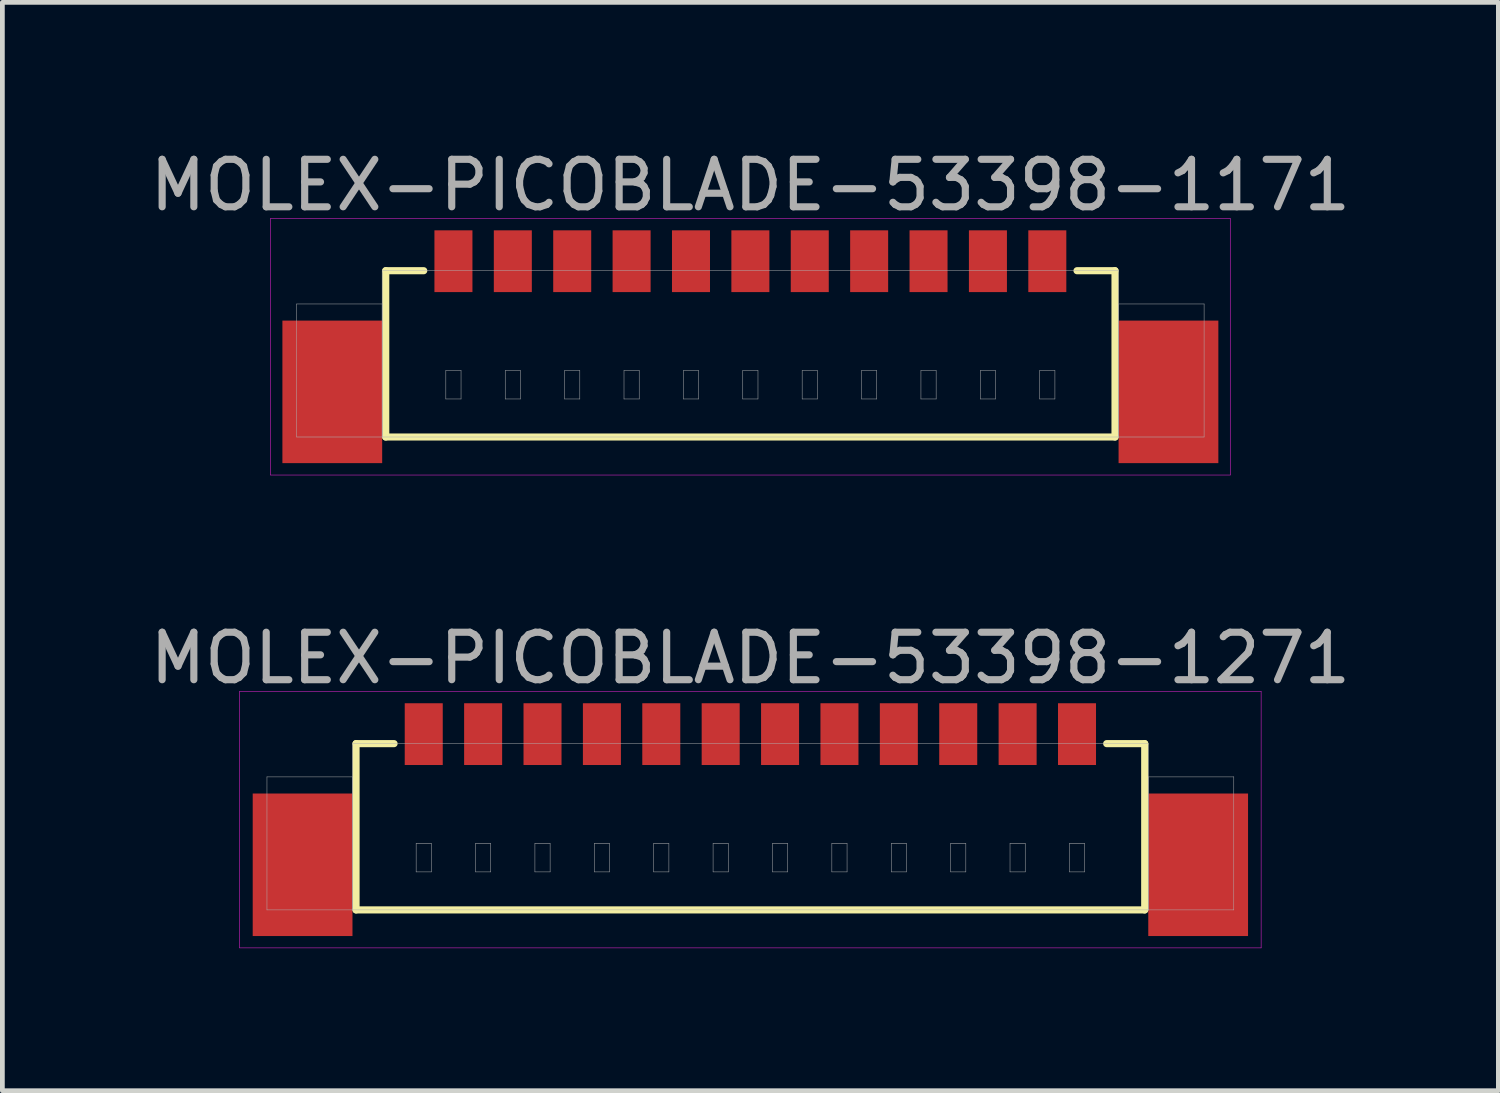
<source format=kicad_pcb>
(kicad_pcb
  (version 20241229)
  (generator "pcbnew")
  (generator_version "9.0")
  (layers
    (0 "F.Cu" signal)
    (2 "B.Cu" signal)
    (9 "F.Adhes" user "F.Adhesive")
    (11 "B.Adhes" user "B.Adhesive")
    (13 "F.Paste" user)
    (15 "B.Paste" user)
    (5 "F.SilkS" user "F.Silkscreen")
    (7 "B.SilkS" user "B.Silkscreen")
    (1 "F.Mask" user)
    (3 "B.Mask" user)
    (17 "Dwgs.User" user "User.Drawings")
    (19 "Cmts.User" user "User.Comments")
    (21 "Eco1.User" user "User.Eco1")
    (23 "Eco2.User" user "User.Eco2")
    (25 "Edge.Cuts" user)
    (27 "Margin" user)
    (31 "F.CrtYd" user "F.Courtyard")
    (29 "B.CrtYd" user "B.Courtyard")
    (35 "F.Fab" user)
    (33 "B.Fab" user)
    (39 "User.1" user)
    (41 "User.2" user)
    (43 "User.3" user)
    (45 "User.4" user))
  (footprint "MOLEX-PICOBLADE-53398-1171"
    (layer "F.Cu")
    (at 12.744 2.448)
    (property "Reference" "MOLEX-PICOBLADE-53398-1171" (at 0 -1.6 0) (layer "F.Fab") (effects (font (size 1 1) (thickness 0.15))))
    (attr smd)
    (fp_line (start -7.675 0.2) (end -7.675 3.7) (stroke (width 0.15) (type solid)) (layer "F.SilkS"))
    (fp_line (start -7.675 3.7) (end 7.675 3.7) (stroke (width 0.15) (type solid)) (layer "F.SilkS"))
    (fp_line (start -6.875 0.2) (end -7.675 0.2) (stroke (width 0.15) (type solid)) (layer "F.SilkS"))
    (fp_line (start 6.875 0.2) (end 7.675 0.2) (stroke (width 0.15) (type solid)) (layer "F.SilkS"))
    (fp_line (start 7.675 3.7) (end 7.675 0.2) (stroke (width 0.15) (type solid)) (layer "F.SilkS"))
    (fp_line (start -10.1 -0.9) (end 10.1 -0.9) (stroke (width 0.01) (type solid)) (layer "F.CrtYd"))
    (fp_line (start -10.1 4.5) (end -10.1 -0.9) (stroke (width 0.01) (type solid)) (layer "F.CrtYd"))
    (fp_line (start 10.1 -0.9) (end 10.1 4.5) (stroke (width 0.01) (type solid)) (layer "F.CrtYd"))
    (fp_line (start 10.1 4.5) (end -10.1 4.5) (stroke (width 0.01) (type solid)) (layer "F.CrtYd"))
    (fp_line (start -9.55 0.9) (end -7.75 0.9) (stroke (width 0.01) (type solid)) (layer "F.Fab"))
    (fp_line (start -9.55 3.7) (end -9.55 0.9) (stroke (width 0.01) (type solid)) (layer "F.Fab"))
    (fp_line (start -7.75 0.2) (end 7.75 0.2) (stroke (width 0.01) (type solid)) (layer "F.Fab"))
    (fp_line (start -7.75 0.9) (end -7.75 3.7) (stroke (width 0.01) (type solid)) (layer "F.Fab"))
    (fp_line (start -7.75 3.7) (end -9.55 3.7) (stroke (width 0.01) (type solid)) (layer "F.Fab"))
    (fp_line (start -7.75 3.7) (end -7.75 0.2) (stroke (width 0.01) (type solid)) (layer "F.Fab"))
    (fp_line (start -6.41 2.3) (end -6.09 2.3) (stroke (width 0.01) (type solid)) (layer "F.Fab"))
    (fp_line (start -6.41 2.9) (end -6.41 2.3) (stroke (width 0.01) (type solid)) (layer "F.Fab"))
    (fp_line (start -6.09 2.3) (end -6.09 2.9) (stroke (width 0.01) (type solid)) (layer "F.Fab"))
    (fp_line (start -6.09 2.9) (end -6.41 2.9) (stroke (width 0.01) (type solid)) (layer "F.Fab"))
    (fp_line (start -5.16 2.3) (end -4.84 2.3) (stroke (width 0.01) (type solid)) (layer "F.Fab"))
    (fp_line (start -5.16 2.9) (end -5.16 2.3) (stroke (width 0.01) (type solid)) (layer "F.Fab"))
    (fp_line (start -4.84 2.3) (end -4.84 2.9) (stroke (width 0.01) (type solid)) (layer "F.Fab"))
    (fp_line (start -4.84 2.9) (end -5.16 2.9) (stroke (width 0.01) (type solid)) (layer "F.Fab"))
    (fp_line (start -3.91 2.3) (end -3.59 2.3) (stroke (width 0.01) (type solid)) (layer "F.Fab"))
    (fp_line (start -3.91 2.9) (end -3.91 2.3) (stroke (width 0.01) (type solid)) (layer "F.Fab"))
    (fp_line (start -3.59 2.3) (end -3.59 2.9) (stroke (width 0.01) (type solid)) (layer "F.Fab"))
    (fp_line (start -3.59 2.9) (end -3.91 2.9) (stroke (width 0.01) (type solid)) (layer "F.Fab"))
    (fp_line (start -2.66 2.3) (end -2.34 2.3) (stroke (width 0.01) (type solid)) (layer "F.Fab"))
    (fp_line (start -2.66 2.9) (end -2.66 2.3) (stroke (width 0.01) (type solid)) (layer "F.Fab"))
    (fp_line (start -2.34 2.3) (end -2.34 2.9) (stroke (width 0.01) (type solid)) (layer "F.Fab"))
    (fp_line (start -2.34 2.9) (end -2.66 2.9) (stroke (width 0.01) (type solid)) (layer "F.Fab"))
    (fp_line (start -1.41 2.3) (end -1.09 2.3) (stroke (width 0.01) (type solid)) (layer "F.Fab"))
    (fp_line (start -1.41 2.9) (end -1.41 2.3) (stroke (width 0.01) (type solid)) (layer "F.Fab"))
    (fp_line (start -1.09 2.3) (end -1.09 2.9) (stroke (width 0.01) (type solid)) (layer "F.Fab"))
    (fp_line (start -1.09 2.9) (end -1.41 2.9) (stroke (width 0.01) (type solid)) (layer "F.Fab"))
    (fp_line (start -0.16 2.3) (end 0.16 2.3) (stroke (width 0.01) (type solid)) (layer "F.Fab"))
    (fp_line (start -0.16 2.9) (end -0.16 2.3) (stroke (width 0.01) (type solid)) (layer "F.Fab"))
    (fp_line (start 0.16 2.3) (end 0.16 2.9) (stroke (width 0.01) (type solid)) (layer "F.Fab"))
    (fp_line (start 0.16 2.9) (end -0.16 2.9) (stroke (width 0.01) (type solid)) (layer "F.Fab"))
    (fp_line (start 1.09 2.3) (end 1.41 2.3) (stroke (width 0.01) (type solid)) (layer "F.Fab"))
    (fp_line (start 1.09 2.9) (end 1.09 2.3) (stroke (width 0.01) (type solid)) (layer "F.Fab"))
    (fp_line (start 1.41 2.3) (end 1.41 2.9) (stroke (width 0.01) (type solid)) (layer "F.Fab"))
    (fp_line (start 1.41 2.9) (end 1.09 2.9) (stroke (width 0.01) (type solid)) (layer "F.Fab"))
    (fp_line (start 2.34 2.3) (end 2.66 2.3) (stroke (width 0.01) (type solid)) (layer "F.Fab"))
    (fp_line (start 2.34 2.9) (end 2.34 2.3) (stroke (width 0.01) (type solid)) (layer "F.Fab"))
    (fp_line (start 2.66 2.3) (end 2.66 2.9) (stroke (width 0.01) (type solid)) (layer "F.Fab"))
    (fp_line (start 2.66 2.9) (end 2.34 2.9) (stroke (width 0.01) (type solid)) (layer "F.Fab"))
    (fp_line (start 3.59 2.3) (end 3.91 2.3) (stroke (width 0.01) (type solid)) (layer "F.Fab"))
    (fp_line (start 3.59 2.9) (end 3.59 2.3) (stroke (width 0.01) (type solid)) (layer "F.Fab"))
    (fp_line (start 3.91 2.3) (end 3.91 2.9) (stroke (width 0.01) (type solid)) (layer "F.Fab"))
    (fp_line (start 3.91 2.9) (end 3.59 2.9) (stroke (width 0.01) (type solid)) (layer "F.Fab"))
    (fp_line (start 4.84 2.3) (end 5.16 2.3) (stroke (width 0.01) (type solid)) (layer "F.Fab"))
    (fp_line (start 4.84 2.9) (end 4.84 2.3) (stroke (width 0.01) (type solid)) (layer "F.Fab"))
    (fp_line (start 5.16 2.3) (end 5.16 2.9) (stroke (width 0.01) (type solid)) (layer "F.Fab"))
    (fp_line (start 5.16 2.9) (end 4.84 2.9) (stroke (width 0.01) (type solid)) (layer "F.Fab"))
    (fp_line (start 6.09 2.3) (end 6.41 2.3) (stroke (width 0.01) (type solid)) (layer "F.Fab"))
    (fp_line (start 6.09 2.9) (end 6.09 2.3) (stroke (width 0.01) (type solid)) (layer "F.Fab"))
    (fp_line (start 6.41 2.3) (end 6.41 2.9) (stroke (width 0.01) (type solid)) (layer "F.Fab"))
    (fp_line (start 6.41 2.9) (end 6.09 2.9) (stroke (width 0.01) (type solid)) (layer "F.Fab"))
    (fp_line (start 7.75 0.2) (end 7.75 3.7) (stroke (width 0.01) (type solid)) (layer "F.Fab"))
    (fp_line (start 7.75 0.9) (end 9.55 0.9) (stroke (width 0.01) (type solid)) (layer "F.Fab"))
    (fp_line (start 7.75 3.7) (end -7.75 3.7) (stroke (width 0.01) (type solid)) (layer "F.Fab"))
    (fp_line (start 7.75 3.7) (end 7.75 0.9) (stroke (width 0.01) (type solid)) (layer "F.Fab"))
    (fp_line (start 9.55 0.9) (end 9.55 3.7) (stroke (width 0.01) (type solid)) (layer "F.Fab"))
    (fp_line (start 9.55 3.7) (end 7.75 3.7) (stroke (width 0.01) (type solid)) (layer "F.Fab"))
    (pad "" smd rect (at -8.8 2.75) (size 2.1 3) (layers "F.Cu" "F.Mask" "F.Paste"))
    (pad "" smd rect (at 8.8 2.75) (size 2.1 3) (layers "F.Cu" "F.Mask" "F.Paste"))
    (pad "1" smd rect (at -6.25 0) (size 0.8 1.3) (layers "F.Cu" "F.Mask" "F.Paste"))
    (pad "2" smd rect (at -5 0) (size 0.8 1.3) (layers "F.Cu" "F.Mask" "F.Paste"))
    (pad "3" smd rect (at -3.75 0) (size 0.8 1.3) (layers "F.Cu" "F.Mask" "F.Paste"))
    (pad "4" smd rect (at -2.5 0) (size 0.8 1.3) (layers "F.Cu" "F.Mask" "F.Paste"))
    (pad "5" smd rect (at -1.25 0) (size 0.8 1.3) (layers "F.Cu" "F.Mask" "F.Paste"))
    (pad "6" smd rect (at 0 0) (size 0.8 1.3) (layers "F.Cu" "F.Mask" "F.Paste"))
    (pad "7" smd rect (at 1.25 0) (size 0.8 1.3) (layers "F.Cu" "F.Mask" "F.Paste"))
    (pad "8" smd rect (at 2.5 0) (size 0.8 1.3) (layers "F.Cu" "F.Mask" "F.Paste"))
    (pad "9" smd rect (at 3.75 0) (size 0.8 1.3) (layers "F.Cu" "F.Mask" "F.Paste"))
    (pad "10" smd rect (at 5 0) (size 0.8 1.3) (layers "F.Cu" "F.Mask" "F.Paste"))
    (pad "11" smd rect (at 6.25 0) (size 0.8 1.3) (layers "F.Cu" "F.Mask" "F.Paste")))
  (footprint "MOLEX-PICOBLADE-53398-1271"
    (layer "F.Cu")
    (at 12.744 12.402)
    (property "Reference" "MOLEX-PICOBLADE-53398-1271" (at 0 -1.6 0) (layer "F.Fab") (effects (font (size 1 1) (thickness 0.15))))
    (attr smd)
    (fp_line (start -8.3 0.2) (end -8.3 3.7) (stroke (width 0.15) (type solid)) (layer "F.SilkS"))
    (fp_line (start -8.3 3.7) (end 8.3 3.7) (stroke (width 0.15) (type solid)) (layer "F.SilkS"))
    (fp_line (start -7.5 0.2) (end -8.3 0.2) (stroke (width 0.15) (type solid)) (layer "F.SilkS"))
    (fp_line (start 7.5 0.2) (end 8.3 0.2) (stroke (width 0.15) (type solid)) (layer "F.SilkS"))
    (fp_line (start 8.3 3.7) (end 8.3 0.2) (stroke (width 0.15) (type solid)) (layer "F.SilkS"))
    (fp_line (start -10.75 -0.9) (end 10.75 -0.9) (stroke (width 0.01) (type solid)) (layer "F.CrtYd"))
    (fp_line (start -10.75 4.5) (end -10.75 -0.9) (stroke (width 0.01) (type solid)) (layer "F.CrtYd"))
    (fp_line (start 10.75 -0.9) (end 10.75 4.5) (stroke (width 0.01) (type solid)) (layer "F.CrtYd"))
    (fp_line (start 10.75 4.5) (end -10.75 4.5) (stroke (width 0.01) (type solid)) (layer "F.CrtYd"))
    (fp_line (start -10.175 0.9) (end -8.375 0.9) (stroke (width 0.01) (type solid)) (layer "F.Fab"))
    (fp_line (start -10.175 3.7) (end -10.175 0.9) (stroke (width 0.01) (type solid)) (layer "F.Fab"))
    (fp_line (start -8.375 0.2) (end 8.375 0.2) (stroke (width 0.01) (type solid)) (layer "F.Fab"))
    (fp_line (start -8.375 0.9) (end -8.375 3.7) (stroke (width 0.01) (type solid)) (layer "F.Fab"))
    (fp_line (start -8.375 3.7) (end -10.175 3.7) (stroke (width 0.01) (type solid)) (layer "F.Fab"))
    (fp_line (start -8.375 3.7) (end -8.375 0.2) (stroke (width 0.01) (type solid)) (layer "F.Fab"))
    (fp_line (start -7.035 2.3) (end -6.715 2.3) (stroke (width 0.01) (type solid)) (layer "F.Fab"))
    (fp_line (start -7.035 2.9) (end -7.035 2.3) (stroke (width 0.01) (type solid)) (layer "F.Fab"))
    (fp_line (start -6.715 2.3) (end -6.715 2.9) (stroke (width 0.01) (type solid)) (layer "F.Fab"))
    (fp_line (start -6.715 2.9) (end -7.035 2.9) (stroke (width 0.01) (type solid)) (layer "F.Fab"))
    (fp_line (start -5.785 2.3) (end -5.465 2.3) (stroke (width 0.01) (type solid)) (layer "F.Fab"))
    (fp_line (start -5.785 2.9) (end -5.785 2.3) (stroke (width 0.01) (type solid)) (layer "F.Fab"))
    (fp_line (start -5.465 2.3) (end -5.465 2.9) (stroke (width 0.01) (type solid)) (layer "F.Fab"))
    (fp_line (start -5.465 2.9) (end -5.785 2.9) (stroke (width 0.01) (type solid)) (layer "F.Fab"))
    (fp_line (start -4.535 2.3) (end -4.215 2.3) (stroke (width 0.01) (type solid)) (layer "F.Fab"))
    (fp_line (start -4.535 2.9) (end -4.535 2.3) (stroke (width 0.01) (type solid)) (layer "F.Fab"))
    (fp_line (start -4.215 2.3) (end -4.215 2.9) (stroke (width 0.01) (type solid)) (layer "F.Fab"))
    (fp_line (start -4.215 2.9) (end -4.535 2.9) (stroke (width 0.01) (type solid)) (layer "F.Fab"))
    (fp_line (start -3.285 2.3) (end -2.965 2.3) (stroke (width 0.01) (type solid)) (layer "F.Fab"))
    (fp_line (start -3.285 2.9) (end -3.285 2.3) (stroke (width 0.01) (type solid)) (layer "F.Fab"))
    (fp_line (start -2.965 2.3) (end -2.965 2.9) (stroke (width 0.01) (type solid)) (layer "F.Fab"))
    (fp_line (start -2.965 2.9) (end -3.285 2.9) (stroke (width 0.01) (type solid)) (layer "F.Fab"))
    (fp_line (start -2.035 2.3) (end -1.715 2.3) (stroke (width 0.01) (type solid)) (layer "F.Fab"))
    (fp_line (start -2.035 2.9) (end -2.035 2.3) (stroke (width 0.01) (type solid)) (layer "F.Fab"))
    (fp_line (start -1.715 2.3) (end -1.715 2.9) (stroke (width 0.01) (type solid)) (layer "F.Fab"))
    (fp_line (start -1.715 2.9) (end -2.035 2.9) (stroke (width 0.01) (type solid)) (layer "F.Fab"))
    (fp_line (start -0.785 2.3) (end -0.465 2.3) (stroke (width 0.01) (type solid)) (layer "F.Fab"))
    (fp_line (start -0.785 2.9) (end -0.785 2.3) (stroke (width 0.01) (type solid)) (layer "F.Fab"))
    (fp_line (start -0.465 2.3) (end -0.465 2.9) (stroke (width 0.01) (type solid)) (layer "F.Fab"))
    (fp_line (start -0.465 2.9) (end -0.785 2.9) (stroke (width 0.01) (type solid)) (layer "F.Fab"))
    (fp_line (start 0.465 2.3) (end 0.785 2.3) (stroke (width 0.01) (type solid)) (layer "F.Fab"))
    (fp_line (start 0.465 2.9) (end 0.465 2.3) (stroke (width 0.01) (type solid)) (layer "F.Fab"))
    (fp_line (start 0.785 2.3) (end 0.785 2.9) (stroke (width 0.01) (type solid)) (layer "F.Fab"))
    (fp_line (start 0.785 2.9) (end 0.465 2.9) (stroke (width 0.01) (type solid)) (layer "F.Fab"))
    (fp_line (start 1.715 2.3) (end 2.035 2.3) (stroke (width 0.01) (type solid)) (layer "F.Fab"))
    (fp_line (start 1.715 2.9) (end 1.715 2.3) (stroke (width 0.01) (type solid)) (layer "F.Fab"))
    (fp_line (start 2.035 2.3) (end 2.035 2.9) (stroke (width 0.01) (type solid)) (layer "F.Fab"))
    (fp_line (start 2.035 2.9) (end 1.715 2.9) (stroke (width 0.01) (type solid)) (layer "F.Fab"))
    (fp_line (start 2.965 2.3) (end 3.285 2.3) (stroke (width 0.01) (type solid)) (layer "F.Fab"))
    (fp_line (start 2.965 2.9) (end 2.965 2.3) (stroke (width 0.01) (type solid)) (layer "F.Fab"))
    (fp_line (start 3.285 2.3) (end 3.285 2.9) (stroke (width 0.01) (type solid)) (layer "F.Fab"))
    (fp_line (start 3.285 2.9) (end 2.965 2.9) (stroke (width 0.01) (type solid)) (layer "F.Fab"))
    (fp_line (start 4.215 2.3) (end 4.535 2.3) (stroke (width 0.01) (type solid)) (layer "F.Fab"))
    (fp_line (start 4.215 2.9) (end 4.215 2.3) (stroke (width 0.01) (type solid)) (layer "F.Fab"))
    (fp_line (start 4.535 2.3) (end 4.535 2.9) (stroke (width 0.01) (type solid)) (layer "F.Fab"))
    (fp_line (start 4.535 2.9) (end 4.215 2.9) (stroke (width 0.01) (type solid)) (layer "F.Fab"))
    (fp_line (start 5.465 2.3) (end 5.785 2.3) (stroke (width 0.01) (type solid)) (layer "F.Fab"))
    (fp_line (start 5.465 2.9) (end 5.465 2.3) (stroke (width 0.01) (type solid)) (layer "F.Fab"))
    (fp_line (start 5.785 2.3) (end 5.785 2.9) (stroke (width 0.01) (type solid)) (layer "F.Fab"))
    (fp_line (start 5.785 2.9) (end 5.465 2.9) (stroke (width 0.01) (type solid)) (layer "F.Fab"))
    (fp_line (start 6.715 2.3) (end 7.035 2.3) (stroke (width 0.01) (type solid)) (layer "F.Fab"))
    (fp_line (start 6.715 2.9) (end 6.715 2.3) (stroke (width 0.01) (type solid)) (layer "F.Fab"))
    (fp_line (start 7.035 2.3) (end 7.035 2.9) (stroke (width 0.01) (type solid)) (layer "F.Fab"))
    (fp_line (start 7.035 2.9) (end 6.715 2.9) (stroke (width 0.01) (type solid)) (layer "F.Fab"))
    (fp_line (start 8.375 0.2) (end 8.375 3.7) (stroke (width 0.01) (type solid)) (layer "F.Fab"))
    (fp_line (start 8.375 0.9) (end 10.175 0.9) (stroke (width 0.01) (type solid)) (layer "F.Fab"))
    (fp_line (start 8.375 3.7) (end -8.375 3.7) (stroke (width 0.01) (type solid)) (layer "F.Fab"))
    (fp_line (start 8.375 3.7) (end 8.375 0.9) (stroke (width 0.01) (type solid)) (layer "F.Fab"))
    (fp_line (start 10.175 0.9) (end 10.175 3.7) (stroke (width 0.01) (type solid)) (layer "F.Fab"))
    (fp_line (start 10.175 3.7) (end 8.375 3.7) (stroke (width 0.01) (type solid)) (layer "F.Fab"))
    (pad "" smd rect (at -9.425 2.75) (size 2.1 3) (layers "F.Cu" "F.Mask" "F.Paste"))
    (pad "" smd rect (at 9.425 2.75) (size 2.1 3) (layers "F.Cu" "F.Mask" "F.Paste"))
    (pad "1" smd rect (at -6.875 0) (size 0.8 1.3) (layers "F.Cu" "F.Mask" "F.Paste"))
    (pad "2" smd rect (at -5.625 0) (size 0.8 1.3) (layers "F.Cu" "F.Mask" "F.Paste"))
    (pad "3" smd rect (at -4.375 0) (size 0.8 1.3) (layers "F.Cu" "F.Mask" "F.Paste"))
    (pad "4" smd rect (at -3.125 0) (size 0.8 1.3) (layers "F.Cu" "F.Mask" "F.Paste"))
    (pad "5" smd rect (at -1.875 0) (size 0.8 1.3) (layers "F.Cu" "F.Mask" "F.Paste"))
    (pad "6" smd rect (at -0.625 0) (size 0.8 1.3) (layers "F.Cu" "F.Mask" "F.Paste"))
    (pad "7" smd rect (at 0.625 0) (size 0.8 1.3) (layers "F.Cu" "F.Mask" "F.Paste"))
    (pad "8" smd rect (at 1.875 0) (size 0.8 1.3) (layers "F.Cu" "F.Mask" "F.Paste"))
    (pad "9" smd rect (at 3.125 0) (size 0.8 1.3) (layers "F.Cu" "F.Mask" "F.Paste"))
    (pad "10" smd rect (at 4.375 0) (size 0.8 1.3) (layers "F.Cu" "F.Mask" "F.Paste"))
    (pad "11" smd rect (at 5.625 0) (size 0.8 1.3) (layers "F.Cu" "F.Mask" "F.Paste"))
    (pad "12" smd rect (at 6.875 0) (size 0.8 1.3) (layers "F.Cu" "F.Mask" "F.Paste")))
  (gr_rect
    (start -3 -3)
    (end 28.488 19.907)
    (stroke (width 0.1) (type default))
    (fill no)
    (layer "Edge.Cuts")))
</source>
